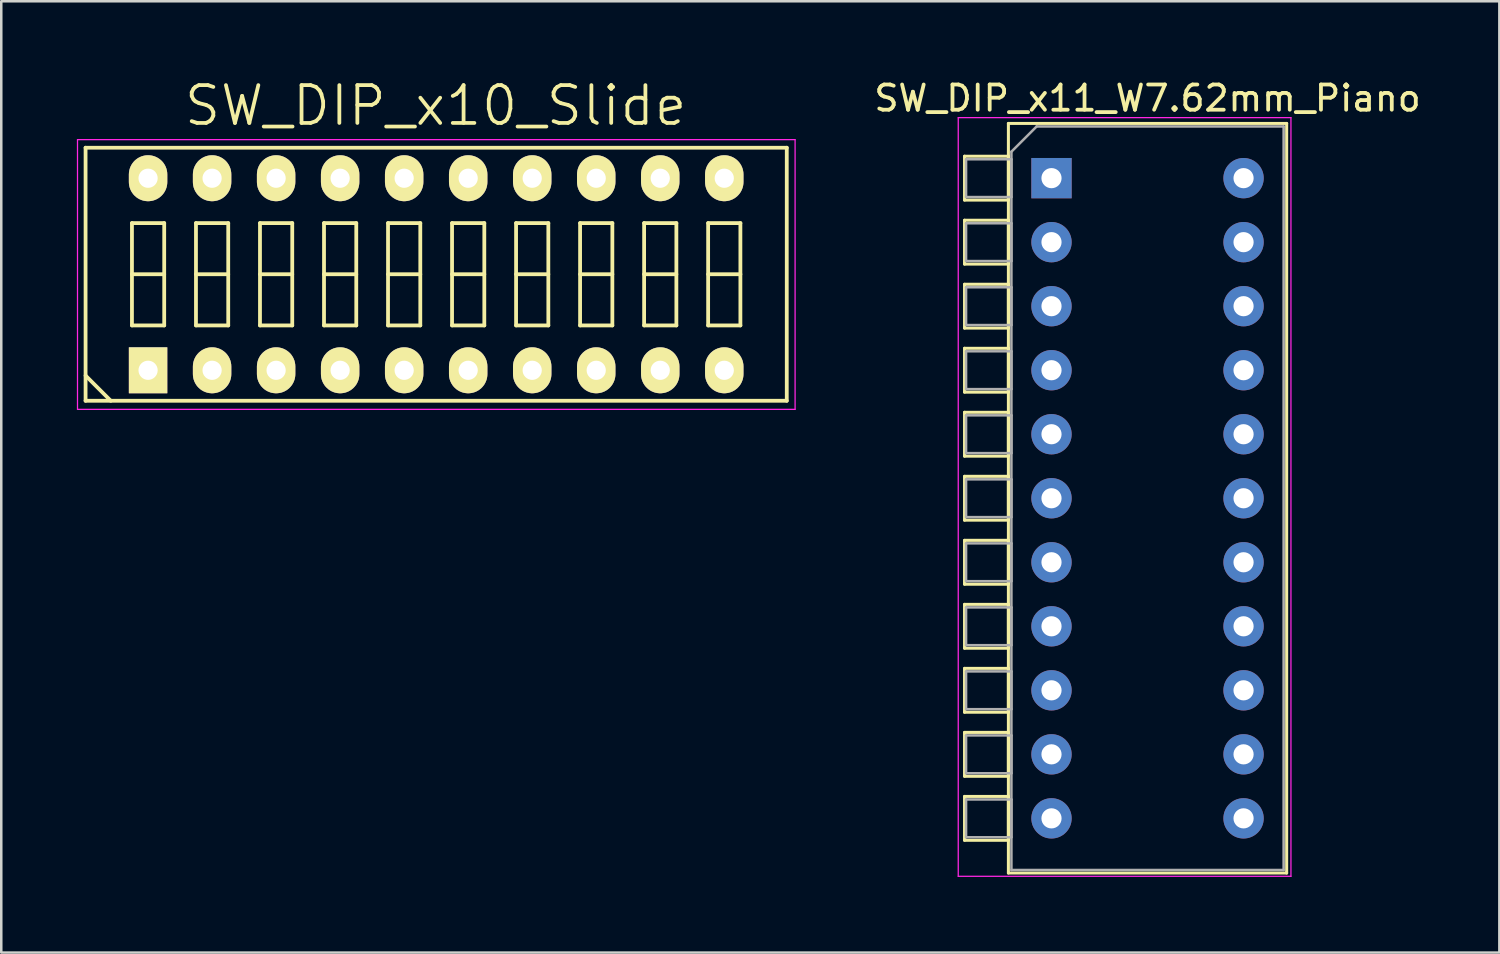
<source format=kicad_pcb>
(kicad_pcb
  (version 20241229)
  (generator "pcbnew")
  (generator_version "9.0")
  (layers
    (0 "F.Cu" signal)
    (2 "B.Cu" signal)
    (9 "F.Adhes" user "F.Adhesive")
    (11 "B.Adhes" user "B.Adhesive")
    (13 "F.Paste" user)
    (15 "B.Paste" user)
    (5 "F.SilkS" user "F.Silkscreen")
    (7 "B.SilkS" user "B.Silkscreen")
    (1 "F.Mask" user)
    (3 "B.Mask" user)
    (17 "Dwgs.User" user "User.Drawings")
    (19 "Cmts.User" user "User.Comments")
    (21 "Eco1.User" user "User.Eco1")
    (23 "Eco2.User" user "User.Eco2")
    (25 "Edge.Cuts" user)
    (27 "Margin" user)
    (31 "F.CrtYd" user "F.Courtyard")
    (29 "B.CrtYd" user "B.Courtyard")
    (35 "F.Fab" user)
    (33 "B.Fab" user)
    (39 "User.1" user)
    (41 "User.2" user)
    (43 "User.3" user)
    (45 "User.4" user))
  (footprint "SW_DIP_x10_Slide"
    (layer "F.Cu")
    (at 2.825 11.641)
    (property "Reference" "SW_DIP_x10_Slide" (at 11.41 -10.5 0) (layer "F.SilkS") (effects (font (size 1.5 1.5) (thickness 0.15))))
    (attr through_hole)
    (fp_line (start -2.48 -8.83) (end 25.34 -8.83) (stroke (width 0.15) (type solid)) (layer "F.SilkS"))
    (fp_line (start -2.48 0.21) (end -1.48 1.21) (stroke (width 0.15) (type solid)) (layer "F.SilkS"))
    (fp_line (start -2.48 1.21) (end -2.48 -8.83) (stroke (width 0.15) (type solid)) (layer "F.SilkS"))
    (fp_line (start -0.64 -5.84) (end -0.64 -1.78) (stroke (width 0.15) (type solid)) (layer "F.SilkS"))
    (fp_line (start -0.64 -3.81) (end 0.64 -3.81) (stroke (width 0.15) (type solid)) (layer "F.SilkS"))
    (fp_line (start -0.64 -1.78) (end 0.64 -1.78) (stroke (width 0.15) (type solid)) (layer "F.SilkS"))
    (fp_line (start 0.64 -5.84) (end -0.64 -5.84) (stroke (width 0.15) (type solid)) (layer "F.SilkS"))
    (fp_line (start 0.64 -1.78) (end 0.64 -5.84) (stroke (width 0.15) (type solid)) (layer "F.SilkS"))
    (fp_line (start 1.9 -5.84) (end 1.9 -1.78) (stroke (width 0.15) (type solid)) (layer "F.SilkS"))
    (fp_line (start 1.9 -3.81) (end 3.18 -3.81) (stroke (width 0.15) (type solid)) (layer "F.SilkS"))
    (fp_line (start 1.9 -1.78) (end 3.18 -1.78) (stroke (width 0.15) (type solid)) (layer "F.SilkS"))
    (fp_line (start 3.18 -5.84) (end 1.9 -5.84) (stroke (width 0.15) (type solid)) (layer "F.SilkS"))
    (fp_line (start 3.18 -1.78) (end 3.18 -5.84) (stroke (width 0.15) (type solid)) (layer "F.SilkS"))
    (fp_line (start 4.44 -5.84) (end 4.44 -1.78) (stroke (width 0.15) (type solid)) (layer "F.SilkS"))
    (fp_line (start 4.44 -3.81) (end 5.72 -3.81) (stroke (width 0.15) (type solid)) (layer "F.SilkS"))
    (fp_line (start 4.44 -1.78) (end 5.72 -1.78) (stroke (width 0.15) (type solid)) (layer "F.SilkS"))
    (fp_line (start 5.72 -5.84) (end 4.44 -5.84) (stroke (width 0.15) (type solid)) (layer "F.SilkS"))
    (fp_line (start 5.72 -1.78) (end 5.72 -5.84) (stroke (width 0.15) (type solid)) (layer "F.SilkS"))
    (fp_line (start 6.98 -5.84) (end 6.98 -1.78) (stroke (width 0.15) (type solid)) (layer "F.SilkS"))
    (fp_line (start 6.98 -3.81) (end 8.26 -3.81) (stroke (width 0.15) (type solid)) (layer "F.SilkS"))
    (fp_line (start 6.98 -1.78) (end 8.26 -1.78) (stroke (width 0.15) (type solid)) (layer "F.SilkS"))
    (fp_line (start 8.26 -5.84) (end 6.98 -5.84) (stroke (width 0.15) (type solid)) (layer "F.SilkS"))
    (fp_line (start 8.26 -1.78) (end 8.26 -5.84) (stroke (width 0.15) (type solid)) (layer "F.SilkS"))
    (fp_line (start 9.52 -5.84) (end 9.52 -1.78) (stroke (width 0.15) (type solid)) (layer "F.SilkS"))
    (fp_line (start 9.52 -3.81) (end 10.8 -3.81) (stroke (width 0.15) (type solid)) (layer "F.SilkS"))
    (fp_line (start 9.52 -1.78) (end 10.8 -1.78) (stroke (width 0.15) (type solid)) (layer "F.SilkS"))
    (fp_line (start 10.8 -5.84) (end 9.52 -5.84) (stroke (width 0.15) (type solid)) (layer "F.SilkS"))
    (fp_line (start 10.8 -1.78) (end 10.8 -5.84) (stroke (width 0.15) (type solid)) (layer "F.SilkS"))
    (fp_line (start 12.06 -5.84) (end 12.06 -1.78) (stroke (width 0.15) (type solid)) (layer "F.SilkS"))
    (fp_line (start 12.06 -3.81) (end 13.34 -3.81) (stroke (width 0.15) (type solid)) (layer "F.SilkS"))
    (fp_line (start 12.06 -1.78) (end 13.34 -1.78) (stroke (width 0.15) (type solid)) (layer "F.SilkS"))
    (fp_line (start 13.34 -5.84) (end 12.06 -5.84) (stroke (width 0.15) (type solid)) (layer "F.SilkS"))
    (fp_line (start 13.34 -1.78) (end 13.34 -5.84) (stroke (width 0.15) (type solid)) (layer "F.SilkS"))
    (fp_line (start 14.6 -5.84) (end 14.6 -1.78) (stroke (width 0.15) (type solid)) (layer "F.SilkS"))
    (fp_line (start 14.6 -3.81) (end 15.88 -3.81) (stroke (width 0.15) (type solid)) (layer "F.SilkS"))
    (fp_line (start 14.6 -1.78) (end 15.88 -1.78) (stroke (width 0.15) (type solid)) (layer "F.SilkS"))
    (fp_line (start 15.88 -5.84) (end 14.6 -5.84) (stroke (width 0.15) (type solid)) (layer "F.SilkS"))
    (fp_line (start 15.88 -1.78) (end 15.88 -5.84) (stroke (width 0.15) (type solid)) (layer "F.SilkS"))
    (fp_line (start 17.14 -5.84) (end 17.14 -1.78) (stroke (width 0.15) (type solid)) (layer "F.SilkS"))
    (fp_line (start 17.14 -3.81) (end 18.42 -3.81) (stroke (width 0.15) (type solid)) (layer "F.SilkS"))
    (fp_line (start 17.14 -1.78) (end 18.42 -1.78) (stroke (width 0.15) (type solid)) (layer "F.SilkS"))
    (fp_line (start 18.42 -5.84) (end 17.14 -5.84) (stroke (width 0.15) (type solid)) (layer "F.SilkS"))
    (fp_line (start 18.42 -1.78) (end 18.42 -5.84) (stroke (width 0.15) (type solid)) (layer "F.SilkS"))
    (fp_line (start 19.68 -5.84) (end 19.68 -1.78) (stroke (width 0.15) (type solid)) (layer "F.SilkS"))
    (fp_line (start 19.68 -3.81) (end 20.96 -3.81) (stroke (width 0.15) (type solid)) (layer "F.SilkS"))
    (fp_line (start 19.68 -1.78) (end 20.96 -1.78) (stroke (width 0.15) (type solid)) (layer "F.SilkS"))
    (fp_line (start 20.96 -5.84) (end 19.68 -5.84) (stroke (width 0.15) (type solid)) (layer "F.SilkS"))
    (fp_line (start 20.96 -1.78) (end 20.96 -5.84) (stroke (width 0.15) (type solid)) (layer "F.SilkS"))
    (fp_line (start 22.22 -5.84) (end 22.22 -1.78) (stroke (width 0.15) (type solid)) (layer "F.SilkS"))
    (fp_line (start 22.22 -3.81) (end 23.5 -3.81) (stroke (width 0.15) (type solid)) (layer "F.SilkS"))
    (fp_line (start 22.22 -1.78) (end 23.5 -1.78) (stroke (width 0.15) (type solid)) (layer "F.SilkS"))
    (fp_line (start 23.5 -5.84) (end 22.22 -5.84) (stroke (width 0.15) (type solid)) (layer "F.SilkS"))
    (fp_line (start 23.5 -1.78) (end 23.5 -5.84) (stroke (width 0.15) (type solid)) (layer "F.SilkS"))
    (fp_line (start 25.34 -8.83) (end 25.34 1.21) (stroke (width 0.15) (type solid)) (layer "F.SilkS"))
    (fp_line (start 25.34 1.21) (end -2.48 1.21) (stroke (width 0.15) (type solid)) (layer "F.SilkS"))
    (fp_line (start -2.8 -9.15) (end -2.8 1.55) (stroke (width 0.05) (type solid)) (layer "F.CrtYd"))
    (fp_line (start -2.8 1.55) (end 25.67 1.55) (stroke (width 0.05) (type solid)) (layer "F.CrtYd"))
    (fp_line (start 25.67 -9.15) (end -2.8 -9.15) (stroke (width 0.05) (type solid)) (layer "F.CrtYd"))
    (fp_line (start 25.67 1.55) (end 25.67 -9.15) (stroke (width 0.05) (type solid)) (layer "F.CrtYd"))
    (pad "1" thru_hole rect (at 0 0) (size 1.524 1.824) (drill 0.762) (layers "*.Cu" "*.Mask" "F.SilkS"))
    (pad "2" thru_hole oval (at 2.54 0) (size 1.524 1.824) (drill 0.762) (layers "*.Cu" "*.Mask" "F.SilkS"))
    (pad "3" thru_hole oval (at 5.08 0) (size 1.524 1.824) (drill 0.762) (layers "*.Cu" "*.Mask" "F.SilkS"))
    (pad "4" thru_hole oval (at 7.62 0) (size 1.524 1.824) (drill 0.762) (layers "*.Cu" "*.Mask" "F.SilkS"))
    (pad "5" thru_hole oval (at 10.16 0) (size 1.524 1.824) (drill 0.762) (layers "*.Cu" "*.Mask" "F.SilkS"))
    (pad "6" thru_hole oval (at 12.7 0) (size 1.524 1.824) (drill 0.762) (layers "*.Cu" "*.Mask" "F.SilkS"))
    (pad "7" thru_hole oval (at 15.24 0) (size 1.524 1.824) (drill 0.762) (layers "*.Cu" "*.Mask" "F.SilkS"))
    (pad "8" thru_hole oval (at 17.78 0) (size 1.524 1.824) (drill 0.762) (layers "*.Cu" "*.Mask" "F.SilkS"))
    (pad "9" thru_hole oval (at 20.32 0) (size 1.524 1.824) (drill 0.762) (layers "*.Cu" "*.Mask" "F.SilkS"))
    (pad "10" thru_hole oval (at 22.86 0) (size 1.524 1.824) (drill 0.762) (layers "*.Cu" "*.Mask" "F.SilkS"))
    (pad "11" thru_hole oval (at 22.86 -7.62) (size 1.524 1.824) (drill 0.762) (layers "*.Cu" "*.Mask" "F.SilkS"))
    (pad "12" thru_hole oval (at 20.32 -7.62) (size 1.524 1.824) (drill 0.762) (layers "*.Cu" "*.Mask" "F.SilkS"))
    (pad "13" thru_hole oval (at 17.78 -7.62) (size 1.524 1.824) (drill 0.762) (layers "*.Cu" "*.Mask" "F.SilkS"))
    (pad "14" thru_hole oval (at 15.24 -7.62) (size 1.524 1.824) (drill 0.762) (layers "*.Cu" "*.Mask" "F.SilkS"))
    (pad "15" thru_hole oval (at 12.7 -7.62) (size 1.524 1.824) (drill 0.762) (layers "*.Cu" "*.Mask" "F.SilkS"))
    (pad "16" thru_hole oval (at 10.16 -7.62) (size 1.524 1.824) (drill 0.762) (layers "*.Cu" "*.Mask" "F.SilkS"))
    (pad "17" thru_hole oval (at 7.62 -7.62) (size 1.524 1.824) (drill 0.762) (layers "*.Cu" "*.Mask" "F.SilkS"))
    (pad "18" thru_hole oval (at 5.08 -7.62) (size 1.524 1.824) (drill 0.762) (layers "*.Cu" "*.Mask" "F.SilkS"))
    (pad "19" thru_hole oval (at 2.54 -7.62) (size 1.524 1.824) (drill 0.762) (layers "*.Cu" "*.Mask" "F.SilkS"))
    (pad "20" thru_hole oval (at 0 -7.62) (size 1.524 1.824) (drill 0.762) (layers "*.Cu" "*.Mask" "F.SilkS")))
  (footprint "SW_DIP_x11_W7.62mm_Piano"
    (layer "F.Cu")
    (at 38.668 4.018)
    (property "Reference" "SW_DIP_x11_W7.62mm_Piano" (at 3.81 -3.17 0) (layer "F.SilkS") (effects (font (size 1 1) (thickness 0.15))))
    (attr through_hole)
    (fp_line (start -3.45 -0.87) (end -3.45 0.87) (stroke (width 0.12) (type solid)) (layer "F.SilkS"))
    (fp_line (start -3.45 0.87) (end -1.71 0.87) (stroke (width 0.12) (type solid)) (layer "F.SilkS"))
    (fp_line (start -3.45 1.67) (end -3.45 3.41) (stroke (width 0.12) (type solid)) (layer "F.SilkS"))
    (fp_line (start -3.45 3.41) (end -1.71 3.41) (stroke (width 0.12) (type solid)) (layer "F.SilkS"))
    (fp_line (start -3.45 4.21) (end -3.45 5.95) (stroke (width 0.12) (type solid)) (layer "F.SilkS"))
    (fp_line (start -3.45 5.95) (end -1.71 5.95) (stroke (width 0.12) (type solid)) (layer "F.SilkS"))
    (fp_line (start -3.45 6.75) (end -3.45 8.49) (stroke (width 0.12) (type solid)) (layer "F.SilkS"))
    (fp_line (start -3.45 8.49) (end -1.71 8.49) (stroke (width 0.12) (type solid)) (layer "F.SilkS"))
    (fp_line (start -3.45 9.29) (end -3.45 11.03) (stroke (width 0.12) (type solid)) (layer "F.SilkS"))
    (fp_line (start -3.45 11.03) (end -1.71 11.03) (stroke (width 0.12) (type solid)) (layer "F.SilkS"))
    (fp_line (start -3.45 11.83) (end -3.45 13.57) (stroke (width 0.12) (type solid)) (layer "F.SilkS"))
    (fp_line (start -3.45 13.57) (end -1.71 13.57) (stroke (width 0.12) (type solid)) (layer "F.SilkS"))
    (fp_line (start -3.45 14.37) (end -3.45 16.11) (stroke (width 0.12) (type solid)) (layer "F.SilkS"))
    (fp_line (start -3.45 16.11) (end -1.71 16.11) (stroke (width 0.12) (type solid)) (layer "F.SilkS"))
    (fp_line (start -3.45 16.91) (end -3.45 18.65) (stroke (width 0.12) (type solid)) (layer "F.SilkS"))
    (fp_line (start -3.45 18.65) (end -1.71 18.65) (stroke (width 0.12) (type solid)) (layer "F.SilkS"))
    (fp_line (start -3.45 19.45) (end -3.45 21.19) (stroke (width 0.12) (type solid)) (layer "F.SilkS"))
    (fp_line (start -3.45 21.19) (end -1.71 21.19) (stroke (width 0.12) (type solid)) (layer "F.SilkS"))
    (fp_line (start -3.45 21.99) (end -3.45 23.73) (stroke (width 0.12) (type solid)) (layer "F.SilkS"))
    (fp_line (start -3.45 23.73) (end -1.71 23.73) (stroke (width 0.12) (type solid)) (layer "F.SilkS"))
    (fp_line (start -3.45 24.53) (end -3.45 26.27) (stroke (width 0.12) (type solid)) (layer "F.SilkS"))
    (fp_line (start -3.45 26.27) (end -1.71 26.27) (stroke (width 0.12) (type solid)) (layer "F.SilkS"))
    (fp_line (start -1.71 -2.17) (end 9.33 -2.17) (stroke (width 0.12) (type solid)) (layer "F.SilkS"))
    (fp_line (start -1.71 -0.87) (end -3.45 -0.87) (stroke (width 0.12) (type solid)) (layer "F.SilkS"))
    (fp_line (start -1.71 0.87) (end -1.71 -0.87) (stroke (width 0.12) (type solid)) (layer "F.SilkS"))
    (fp_line (start -1.71 1.67) (end -3.45 1.67) (stroke (width 0.12) (type solid)) (layer "F.SilkS"))
    (fp_line (start -1.71 3.41) (end -1.71 1.67) (stroke (width 0.12) (type solid)) (layer "F.SilkS"))
    (fp_line (start -1.71 4.21) (end -3.45 4.21) (stroke (width 0.12) (type solid)) (layer "F.SilkS"))
    (fp_line (start -1.71 5.95) (end -1.71 4.21) (stroke (width 0.12) (type solid)) (layer "F.SilkS"))
    (fp_line (start -1.71 6.75) (end -3.45 6.75) (stroke (width 0.12) (type solid)) (layer "F.SilkS"))
    (fp_line (start -1.71 8.49) (end -1.71 6.75) (stroke (width 0.12) (type solid)) (layer "F.SilkS"))
    (fp_line (start -1.71 9.29) (end -3.45 9.29) (stroke (width 0.12) (type solid)) (layer "F.SilkS"))
    (fp_line (start -1.71 11.03) (end -1.71 9.29) (stroke (width 0.12) (type solid)) (layer "F.SilkS"))
    (fp_line (start -1.71 11.83) (end -3.45 11.83) (stroke (width 0.12) (type solid)) (layer "F.SilkS"))
    (fp_line (start -1.71 13.57) (end -1.71 11.83) (stroke (width 0.12) (type solid)) (layer "F.SilkS"))
    (fp_line (start -1.71 14.37) (end -3.45 14.37) (stroke (width 0.12) (type solid)) (layer "F.SilkS"))
    (fp_line (start -1.71 16.11) (end -1.71 14.37) (stroke (width 0.12) (type solid)) (layer "F.SilkS"))
    (fp_line (start -1.71 16.91) (end -3.45 16.91) (stroke (width 0.12) (type solid)) (layer "F.SilkS"))
    (fp_line (start -1.71 18.65) (end -1.71 16.91) (stroke (width 0.12) (type solid)) (layer "F.SilkS"))
    (fp_line (start -1.71 19.45) (end -3.45 19.45) (stroke (width 0.12) (type solid)) (layer "F.SilkS"))
    (fp_line (start -1.71 21.19) (end -1.71 19.45) (stroke (width 0.12) (type solid)) (layer "F.SilkS"))
    (fp_line (start -1.71 21.99) (end -3.45 21.99) (stroke (width 0.12) (type solid)) (layer "F.SilkS"))
    (fp_line (start -1.71 23.73) (end -1.71 21.99) (stroke (width 0.12) (type solid)) (layer "F.SilkS"))
    (fp_line (start -1.71 24.53) (end -3.45 24.53) (stroke (width 0.12) (type solid)) (layer "F.SilkS"))
    (fp_line (start -1.71 26.27) (end -1.71 24.53) (stroke (width 0.12) (type solid)) (layer "F.SilkS"))
    (fp_line (start -1.71 27.57) (end -1.71 -2.17) (stroke (width 0.12) (type solid)) (layer "F.SilkS"))
    (fp_line (start 9.33 -2.17) (end 9.33 27.57) (stroke (width 0.12) (type solid)) (layer "F.SilkS"))
    (fp_line (start 9.33 27.57) (end -1.71 27.57) (stroke (width 0.12) (type solid)) (layer "F.SilkS"))
    (fp_line (start -3.7 -2.4) (end -3.7 27.7) (stroke (width 0.05) (type solid)) (layer "F.CrtYd"))
    (fp_line (start -3.7 27.7) (end 9.5 27.7) (stroke (width 0.05) (type solid)) (layer "F.CrtYd"))
    (fp_line (start 9.5 -2.4) (end -3.7 -2.4) (stroke (width 0.05) (type solid)) (layer "F.CrtYd"))
    (fp_line (start 9.5 27.7) (end 9.5 -2.4) (stroke (width 0.05) (type solid)) (layer "F.CrtYd"))
    (fp_line (start -3.39 -0.75) (end -1.59 -0.75) (stroke (width 0.1) (type solid)) (layer "F.Fab"))
    (fp_line (start -3.39 0.75) (end -3.39 -0.75) (stroke (width 0.1) (type solid)) (layer "F.Fab"))
    (fp_line (start -3.39 1.79) (end -1.59 1.79) (stroke (width 0.1) (type solid)) (layer "F.Fab"))
    (fp_line (start -3.39 3.29) (end -3.39 1.79) (stroke (width 0.1) (type solid)) (layer "F.Fab"))
    (fp_line (start -3.39 4.33) (end -1.59 4.33) (stroke (width 0.1) (type solid)) (layer "F.Fab"))
    (fp_line (start -3.39 5.83) (end -3.39 4.33) (stroke (width 0.1) (type solid)) (layer "F.Fab"))
    (fp_line (start -3.39 6.87) (end -1.59 6.87) (stroke (width 0.1) (type solid)) (layer "F.Fab"))
    (fp_line (start -3.39 8.37) (end -3.39 6.87) (stroke (width 0.1) (type solid)) (layer "F.Fab"))
    (fp_line (start -3.39 9.41) (end -1.59 9.41) (stroke (width 0.1) (type solid)) (layer "F.Fab"))
    (fp_line (start -3.39 10.91) (end -3.39 9.41) (stroke (width 0.1) (type solid)) (layer "F.Fab"))
    (fp_line (start -3.39 11.95) (end -1.59 11.95) (stroke (width 0.1) (type solid)) (layer "F.Fab"))
    (fp_line (start -3.39 13.45) (end -3.39 11.95) (stroke (width 0.1) (type solid)) (layer "F.Fab"))
    (fp_line (start -3.39 14.49) (end -1.59 14.49) (stroke (width 0.1) (type solid)) (layer "F.Fab"))
    (fp_line (start -3.39 15.99) (end -3.39 14.49) (stroke (width 0.1) (type solid)) (layer "F.Fab"))
    (fp_line (start -3.39 17.03) (end -1.59 17.03) (stroke (width 0.1) (type solid)) (layer "F.Fab"))
    (fp_line (start -3.39 18.53) (end -3.39 17.03) (stroke (width 0.1) (type solid)) (layer "F.Fab"))
    (fp_line (start -3.39 19.57) (end -1.59 19.57) (stroke (width 0.1) (type solid)) (layer "F.Fab"))
    (fp_line (start -3.39 21.07) (end -3.39 19.57) (stroke (width 0.1) (type solid)) (layer "F.Fab"))
    (fp_line (start -3.39 22.11) (end -1.59 22.11) (stroke (width 0.1) (type solid)) (layer "F.Fab"))
    (fp_line (start -3.39 23.61) (end -3.39 22.11) (stroke (width 0.1) (type solid)) (layer "F.Fab"))
    (fp_line (start -3.39 24.65) (end -1.59 24.65) (stroke (width 0.1) (type solid)) (layer "F.Fab"))
    (fp_line (start -3.39 26.15) (end -3.39 24.65) (stroke (width 0.1) (type solid)) (layer "F.Fab"))
    (fp_line (start -1.59 -1.05) (end -0.59 -2.05) (stroke (width 0.1) (type solid)) (layer "F.Fab"))
    (fp_line (start -1.59 -0.75) (end -1.59 0.75) (stroke (width 0.1) (type solid)) (layer "F.Fab"))
    (fp_line (start -1.59 0.75) (end -3.39 0.75) (stroke (width 0.1) (type solid)) (layer "F.Fab"))
    (fp_line (start -1.59 1.79) (end -1.59 3.29) (stroke (width 0.1) (type solid)) (layer "F.Fab"))
    (fp_line (start -1.59 3.29) (end -3.39 3.29) (stroke (width 0.1) (type solid)) (layer "F.Fab"))
    (fp_line (start -1.59 4.33) (end -1.59 5.83) (stroke (width 0.1) (type solid)) (layer "F.Fab"))
    (fp_line (start -1.59 5.83) (end -3.39 5.83) (stroke (width 0.1) (type solid)) (layer "F.Fab"))
    (fp_line (start -1.59 6.87) (end -1.59 8.37) (stroke (width 0.1) (type solid)) (layer "F.Fab"))
    (fp_line (start -1.59 8.37) (end -3.39 8.37) (stroke (width 0.1) (type solid)) (layer "F.Fab"))
    (fp_line (start -1.59 9.41) (end -1.59 10.91) (stroke (width 0.1) (type solid)) (layer "F.Fab"))
    (fp_line (start -1.59 10.91) (end -3.39 10.91) (stroke (width 0.1) (type solid)) (layer "F.Fab"))
    (fp_line (start -1.59 11.95) (end -1.59 13.45) (stroke (width 0.1) (type solid)) (layer "F.Fab"))
    (fp_line (start -1.59 13.45) (end -3.39 13.45) (stroke (width 0.1) (type solid)) (layer "F.Fab"))
    (fp_line (start -1.59 14.49) (end -1.59 15.99) (stroke (width 0.1) (type solid)) (layer "F.Fab"))
    (fp_line (start -1.59 15.99) (end -3.39 15.99) (stroke (width 0.1) (type solid)) (layer "F.Fab"))
    (fp_line (start -1.59 17.03) (end -1.59 18.53) (stroke (width 0.1) (type solid)) (layer "F.Fab"))
    (fp_line (start -1.59 18.53) (end -3.39 18.53) (stroke (width 0.1) (type solid)) (layer "F.Fab"))
    (fp_line (start -1.59 19.57) (end -1.59 21.07) (stroke (width 0.1) (type solid)) (layer "F.Fab"))
    (fp_line (start -1.59 21.07) (end -3.39 21.07) (stroke (width 0.1) (type solid)) (layer "F.Fab"))
    (fp_line (start -1.59 22.11) (end -1.59 23.61) (stroke (width 0.1) (type solid)) (layer "F.Fab"))
    (fp_line (start -1.59 23.61) (end -3.39 23.61) (stroke (width 0.1) (type solid)) (layer "F.Fab"))
    (fp_line (start -1.59 24.65) (end -1.59 26.15) (stroke (width 0.1) (type solid)) (layer "F.Fab"))
    (fp_line (start -1.59 26.15) (end -3.39 26.15) (stroke (width 0.1) (type solid)) (layer "F.Fab"))
    (fp_line (start -1.59 27.45) (end -1.59 -1.05) (stroke (width 0.1) (type solid)) (layer "F.Fab"))
    (fp_line (start -0.59 -2.05) (end 9.21 -2.05) (stroke (width 0.1) (type solid)) (layer "F.Fab"))
    (fp_line (start 9.21 -2.05) (end 9.21 27.45) (stroke (width 0.1) (type solid)) (layer "F.Fab"))
    (fp_line (start 9.21 27.45) (end -1.59 27.45) (stroke (width 0.1) (type solid)) (layer "F.Fab"))
    (pad "1" thru_hole rect (at 0 0) (size 1.6 1.6) (drill 0.8) (layers "*.Cu" "*.Mask"))
    (pad "2" thru_hole oval (at 0 2.54) (size 1.6 1.6) (drill 0.8) (layers "*.Cu" "*.Mask"))
    (pad "3" thru_hole oval (at 0 5.08) (size 1.6 1.6) (drill 0.8) (layers "*.Cu" "*.Mask"))
    (pad "4" thru_hole oval (at 0 7.62) (size 1.6 1.6) (drill 0.8) (layers "*.Cu" "*.Mask"))
    (pad "5" thru_hole oval (at 0 10.16) (size 1.6 1.6) (drill 0.8) (layers "*.Cu" "*.Mask"))
    (pad "6" thru_hole oval (at 0 12.7) (size 1.6 1.6) (drill 0.8) (layers "*.Cu" "*.Mask"))
    (pad "7" thru_hole oval (at 0 15.24) (size 1.6 1.6) (drill 0.8) (layers "*.Cu" "*.Mask"))
    (pad "8" thru_hole oval (at 0 17.78) (size 1.6 1.6) (drill 0.8) (layers "*.Cu" "*.Mask"))
    (pad "9" thru_hole oval (at 0 20.32) (size 1.6 1.6) (drill 0.8) (layers "*.Cu" "*.Mask"))
    (pad "10" thru_hole oval (at 0 22.86) (size 1.6 1.6) (drill 0.8) (layers "*.Cu" "*.Mask"))
    (pad "11" thru_hole oval (at 0 25.4) (size 1.6 1.6) (drill 0.8) (layers "*.Cu" "*.Mask"))
    (pad "12" thru_hole oval (at 7.62 25.4) (size 1.6 1.6) (drill 0.8) (layers "*.Cu" "*.Mask"))
    (pad "13" thru_hole oval (at 7.62 22.86) (size 1.6 1.6) (drill 0.8) (layers "*.Cu" "*.Mask"))
    (pad "14" thru_hole oval (at 7.62 20.32) (size 1.6 1.6) (drill 0.8) (layers "*.Cu" "*.Mask"))
    (pad "15" thru_hole oval (at 7.62 17.78) (size 1.6 1.6) (drill 0.8) (layers "*.Cu" "*.Mask"))
    (pad "16" thru_hole oval (at 7.62 15.24) (size 1.6 1.6) (drill 0.8) (layers "*.Cu" "*.Mask"))
    (pad "17" thru_hole oval (at 7.62 12.7) (size 1.6 1.6) (drill 0.8) (layers "*.Cu" "*.Mask"))
    (pad "18" thru_hole oval (at 7.62 10.16) (size 1.6 1.6) (drill 0.8) (layers "*.Cu" "*.Mask"))
    (pad "19" thru_hole oval (at 7.62 7.62) (size 1.6 1.6) (drill 0.8) (layers "*.Cu" "*.Mask"))
    (pad "20" thru_hole oval (at 7.62 5.08) (size 1.6 1.6) (drill 0.8) (layers "*.Cu" "*.Mask"))
    (pad "21" thru_hole oval (at 7.62 2.54) (size 1.6 1.6) (drill 0.8) (layers "*.Cu" "*.Mask"))
    (pad "22" thru_hole oval (at 7.62 0) (size 1.6 1.6) (drill 0.8) (layers "*.Cu" "*.Mask")))
  (gr_rect
    (start -3 -3)
    (end 56.437 34.743)
    (stroke (width 0.1) (type default))
    (fill no)
    (layer "Edge.Cuts")))
</source>
